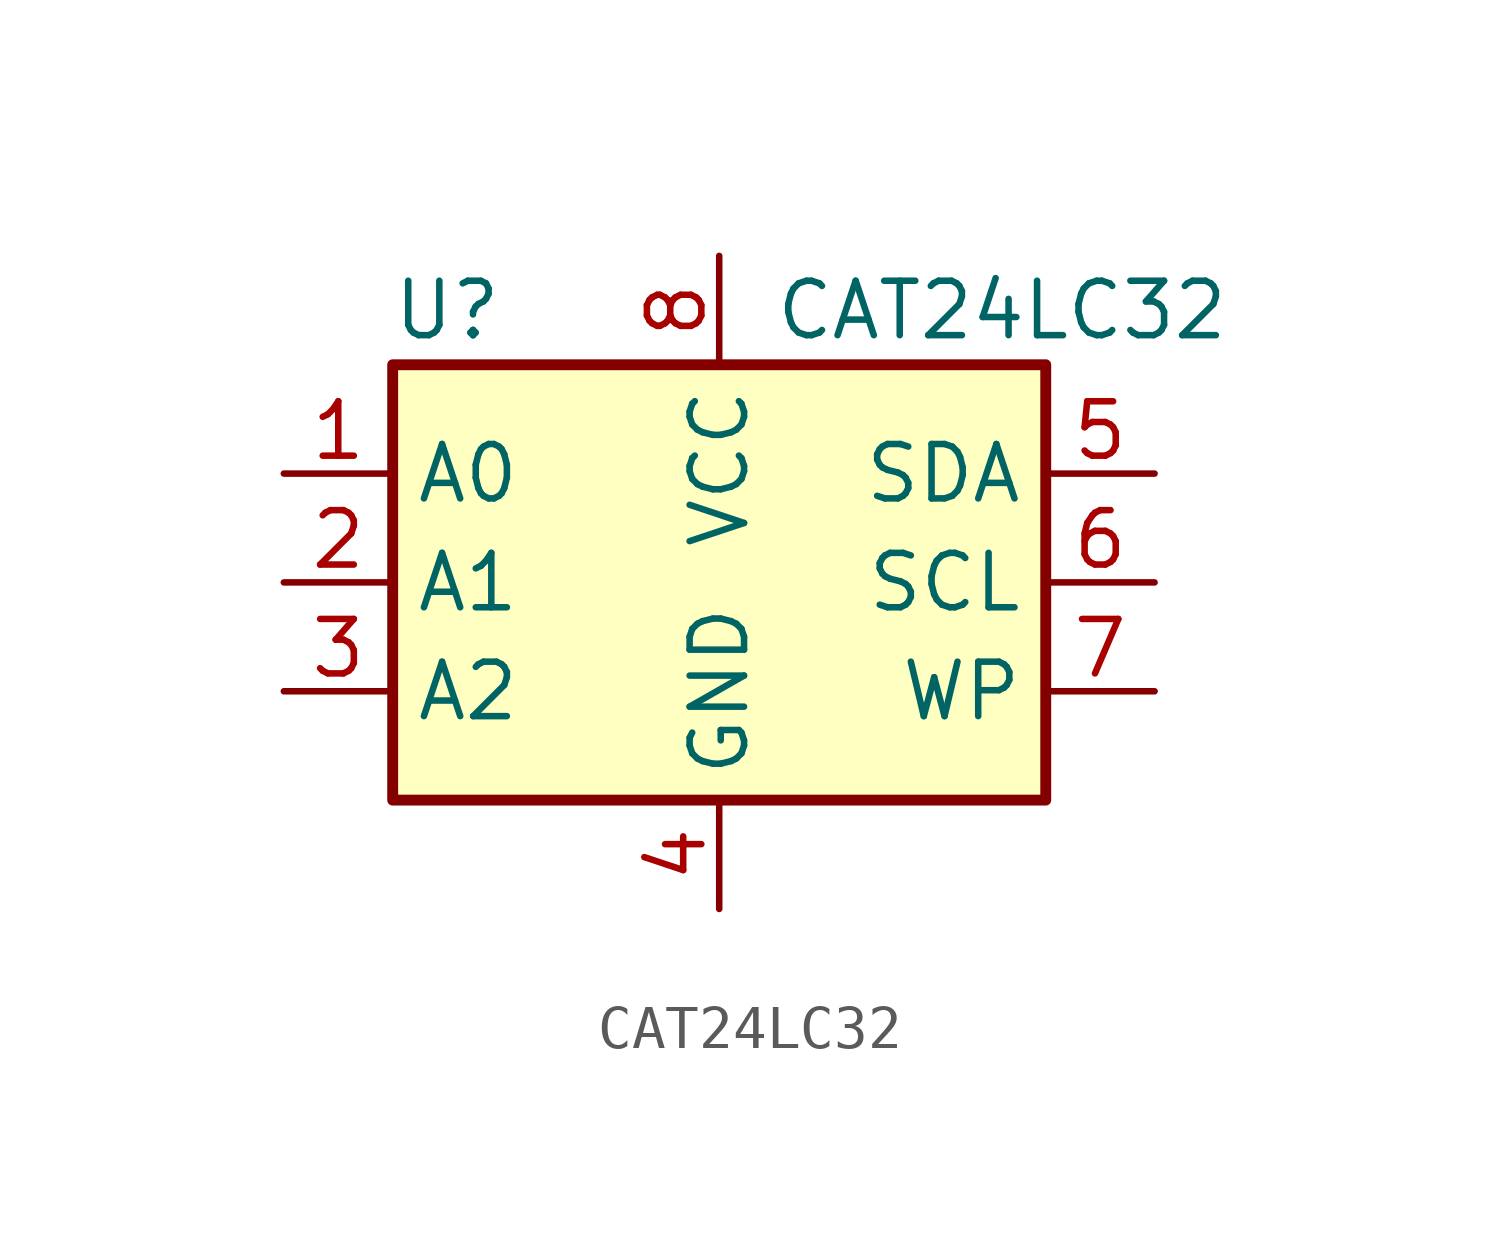
<source format=kicad_sym>
(kicad_symbol_lib
  (version 20231120)
  (generator "kicad_symbol_editor")
  (generator_version "8.0")
  (symbol "CAT24LC32"
    (property "Reference" "U"
      (at -6.35 6.35 0)
      (effects (font (size 1.27 1.27))))
    (property "Value" "CAT24LC32"
      (at 1.27 6.35 0)
      (effects (font (size 1.27 1.27)) (justify left)))
    (symbol "CAT24LC32_1_1"
      (rectangle (start -7.62 5.08) (end 7.62 -5.08) (stroke (width 0.254) (type solid)) (fill (type background)))
      (pin input line (at -10.16 2.54 0) (length 2.54) (name "A0" (effects (font (size 1.27 1.27)))) (number "1" (effects (font (size 1.27 1.27)))))
      (pin input line (at -10.16 0 0) (length 2.54) (name "A1" (effects (font (size 1.27 1.27)))) (number "2" (effects (font (size 1.27 1.27)))))
      (pin input line (at -10.16 -2.54 0) (length 2.54) (name "A2" (effects (font (size 1.27 1.27)))) (number "3" (effects (font (size 1.27 1.27)))))
      (pin power_in line (at 0 -7.62 90) (length 2.54) (name "GND" (effects (font (size 1.27 1.27)))) (number "4" (effects (font (size 1.27 1.27)))))
      (pin bidirectional line (at 10.16 2.54 180) (length 2.54) (name "SDA" (effects (font (size 1.27 1.27)))) (number "5" (effects (font (size 1.27 1.27)))))
      (pin input line (at 10.16 0 180) (length 2.54) (name "SCL" (effects (font (size 1.27 1.27)))) (number "6" (effects (font (size 1.27 1.27)))))
      (pin input line (at 10.16 -2.54 180) (length 2.54) (name "WP" (effects (font (size 1.27 1.27)))) (number "7" (effects (font (size 1.27 1.27)))))
      (pin power_in line (at 0 7.62 270) (length 2.54) (name "VCC" (effects (font (size 1.27 1.27)))) (number "8" (effects (font (size 1.27 1.27))))))))
</source>
